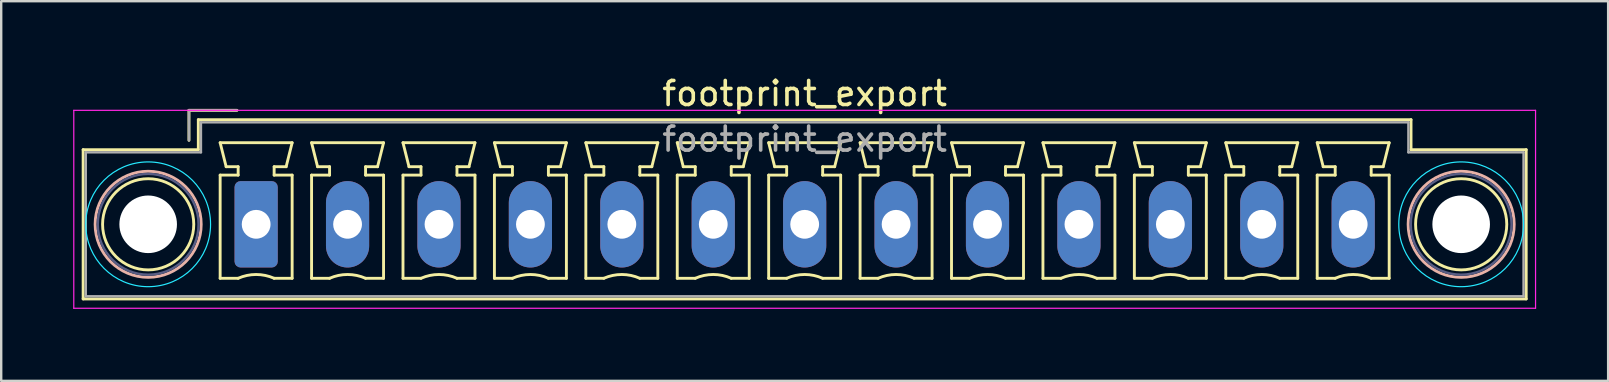
<source format=kicad_pcb>
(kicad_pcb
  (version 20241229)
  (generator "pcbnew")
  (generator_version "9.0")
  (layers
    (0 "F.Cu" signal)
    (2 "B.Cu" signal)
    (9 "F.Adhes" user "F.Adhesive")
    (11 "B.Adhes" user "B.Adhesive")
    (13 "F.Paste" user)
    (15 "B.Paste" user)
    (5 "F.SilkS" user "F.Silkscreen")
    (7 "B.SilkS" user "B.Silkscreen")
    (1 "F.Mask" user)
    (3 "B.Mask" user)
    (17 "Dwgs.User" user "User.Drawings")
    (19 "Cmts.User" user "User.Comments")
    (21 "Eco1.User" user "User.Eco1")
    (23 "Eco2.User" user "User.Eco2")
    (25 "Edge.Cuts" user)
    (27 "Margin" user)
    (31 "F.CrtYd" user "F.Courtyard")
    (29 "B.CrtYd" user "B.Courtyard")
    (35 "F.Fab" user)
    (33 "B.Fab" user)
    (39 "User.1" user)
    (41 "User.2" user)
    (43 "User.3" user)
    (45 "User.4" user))
  (footprint "footprint_export"
    (layer "F.Cu")
    (at 7.625 6.298)
    (property "Reference" "footprint_export" (at 22.86 -5.45 0) (layer "F.SilkS") (effects (font (size 1 1) (thickness 0.15))))
    (attr through_hole)
    (fp_line (start -7.21 -3.11) (end -7.21 3.11) (stroke (width 0.12) (type solid)) (layer "F.SilkS"))
    (fp_line (start -7.21 3.11) (end 52.93 3.11) (stroke (width 0.12) (type solid)) (layer "F.SilkS"))
    (fp_line (start -2.8 -4.75) (end -0.8 -4.75) (stroke (width 0.12) (type solid)) (layer "F.SilkS"))
    (fp_line (start -2.8 -3.5) (end -2.8 -4.75) (stroke (width 0.12) (type solid)) (layer "F.SilkS"))
    (fp_line (start -2.41 -4.36) (end -2.41 -3.11) (stroke (width 0.12) (type solid)) (layer "F.SilkS"))
    (fp_line (start -2.41 -3.11) (end -7.21 -3.11) (stroke (width 0.12) (type solid)) (layer "F.SilkS"))
    (fp_line (start -1.5 -3.4) (end 1.5 -3.4) (stroke (width 0.12) (type solid)) (layer "F.SilkS"))
    (fp_line (start -1.5 -2.05) (end -0.75 -2.05) (stroke (width 0.12) (type solid)) (layer "F.SilkS"))
    (fp_line (start -1.5 2.25) (end -1.5 -2.05) (stroke (width 0.12) (type solid)) (layer "F.SilkS"))
    (fp_line (start -1.25 -2.4) (end -1.5 -3.4) (stroke (width 0.12) (type solid)) (layer "F.SilkS"))
    (fp_line (start -0.75 -2.4) (end -1.25 -2.4) (stroke (width 0.12) (type solid)) (layer "F.SilkS"))
    (fp_line (start -0.75 -2.05) (end -0.75 -2.4) (stroke (width 0.12) (type solid)) (layer "F.SilkS"))
    (fp_line (start -0.75 2.25) (end -1.5 2.25) (stroke (width 0.12) (type solid)) (layer "F.SilkS"))
    (fp_line (start 0.75 -2.4) (end 0.75 -2.05) (stroke (width 0.12) (type solid)) (layer "F.SilkS"))
    (fp_line (start 0.75 -2.05) (end 1.5 -2.05) (stroke (width 0.12) (type solid)) (layer "F.SilkS"))
    (fp_line (start 1.25 -2.4) (end 0.75 -2.4) (stroke (width 0.12) (type solid)) (layer "F.SilkS"))
    (fp_line (start 1.5 -3.4) (end 1.25 -2.4) (stroke (width 0.12) (type solid)) (layer "F.SilkS"))
    (fp_line (start 1.5 -2.05) (end 1.5 2.25) (stroke (width 0.12) (type solid)) (layer "F.SilkS"))
    (fp_line (start 1.5 2.25) (end 0.75 2.25) (stroke (width 0.12) (type solid)) (layer "F.SilkS"))
    (fp_line (start 2.31 -3.4) (end 5.31 -3.4) (stroke (width 0.12) (type solid)) (layer "F.SilkS"))
    (fp_line (start 2.31 -2.05) (end 3.06 -2.05) (stroke (width 0.12) (type solid)) (layer "F.SilkS"))
    (fp_line (start 2.31 2.25) (end 2.31 -2.05) (stroke (width 0.12) (type solid)) (layer "F.SilkS"))
    (fp_line (start 2.56 -2.4) (end 2.31 -3.4) (stroke (width 0.12) (type solid)) (layer "F.SilkS"))
    (fp_line (start 3.06 -2.4) (end 2.56 -2.4) (stroke (width 0.12) (type solid)) (layer "F.SilkS"))
    (fp_line (start 3.06 -2.05) (end 3.06 -2.4) (stroke (width 0.12) (type solid)) (layer "F.SilkS"))
    (fp_line (start 3.06 2.25) (end 2.31 2.25) (stroke (width 0.12) (type solid)) (layer "F.SilkS"))
    (fp_line (start 4.56 -2.4) (end 4.56 -2.05) (stroke (width 0.12) (type solid)) (layer "F.SilkS"))
    (fp_line (start 4.56 -2.05) (end 5.31 -2.05) (stroke (width 0.12) (type solid)) (layer "F.SilkS"))
    (fp_line (start 5.06 -2.4) (end 4.56 -2.4) (stroke (width 0.12) (type solid)) (layer "F.SilkS"))
    (fp_line (start 5.31 -3.4) (end 5.06 -2.4) (stroke (width 0.12) (type solid)) (layer "F.SilkS"))
    (fp_line (start 5.31 -2.05) (end 5.31 2.25) (stroke (width 0.12) (type solid)) (layer "F.SilkS"))
    (fp_line (start 5.31 2.25) (end 4.56 2.25) (stroke (width 0.12) (type solid)) (layer "F.SilkS"))
    (fp_line (start 6.12 -3.4) (end 9.12 -3.4) (stroke (width 0.12) (type solid)) (layer "F.SilkS"))
    (fp_line (start 6.12 -2.05) (end 6.87 -2.05) (stroke (width 0.12) (type solid)) (layer "F.SilkS"))
    (fp_line (start 6.12 2.25) (end 6.12 -2.05) (stroke (width 0.12) (type solid)) (layer "F.SilkS"))
    (fp_line (start 6.37 -2.4) (end 6.12 -3.4) (stroke (width 0.12) (type solid)) (layer "F.SilkS"))
    (fp_line (start 6.87 -2.4) (end 6.37 -2.4) (stroke (width 0.12) (type solid)) (layer "F.SilkS"))
    (fp_line (start 6.87 -2.05) (end 6.87 -2.4) (stroke (width 0.12) (type solid)) (layer "F.SilkS"))
    (fp_line (start 6.87 2.25) (end 6.12 2.25) (stroke (width 0.12) (type solid)) (layer "F.SilkS"))
    (fp_line (start 8.37 -2.4) (end 8.37 -2.05) (stroke (width 0.12) (type solid)) (layer "F.SilkS"))
    (fp_line (start 8.37 -2.05) (end 9.12 -2.05) (stroke (width 0.12) (type solid)) (layer "F.SilkS"))
    (fp_line (start 8.87 -2.4) (end 8.37 -2.4) (stroke (width 0.12) (type solid)) (layer "F.SilkS"))
    (fp_line (start 9.12 -3.4) (end 8.87 -2.4) (stroke (width 0.12) (type solid)) (layer "F.SilkS"))
    (fp_line (start 9.12 -2.05) (end 9.12 2.25) (stroke (width 0.12) (type solid)) (layer "F.SilkS"))
    (fp_line (start 9.12 2.25) (end 8.37 2.25) (stroke (width 0.12) (type solid)) (layer "F.SilkS"))
    (fp_line (start 9.93 -3.4) (end 12.93 -3.4) (stroke (width 0.12) (type solid)) (layer "F.SilkS"))
    (fp_line (start 9.93 -2.05) (end 10.68 -2.05) (stroke (width 0.12) (type solid)) (layer "F.SilkS"))
    (fp_line (start 9.93 2.25) (end 9.93 -2.05) (stroke (width 0.12) (type solid)) (layer "F.SilkS"))
    (fp_line (start 10.18 -2.4) (end 9.93 -3.4) (stroke (width 0.12) (type solid)) (layer "F.SilkS"))
    (fp_line (start 10.68 -2.4) (end 10.18 -2.4) (stroke (width 0.12) (type solid)) (layer "F.SilkS"))
    (fp_line (start 10.68 -2.05) (end 10.68 -2.4) (stroke (width 0.12) (type solid)) (layer "F.SilkS"))
    (fp_line (start 10.68 2.25) (end 9.93 2.25) (stroke (width 0.12) (type solid)) (layer "F.SilkS"))
    (fp_line (start 12.18 -2.4) (end 12.18 -2.05) (stroke (width 0.12) (type solid)) (layer "F.SilkS"))
    (fp_line (start 12.18 -2.05) (end 12.93 -2.05) (stroke (width 0.12) (type solid)) (layer "F.SilkS"))
    (fp_line (start 12.68 -2.4) (end 12.18 -2.4) (stroke (width 0.12) (type solid)) (layer "F.SilkS"))
    (fp_line (start 12.93 -3.4) (end 12.68 -2.4) (stroke (width 0.12) (type solid)) (layer "F.SilkS"))
    (fp_line (start 12.93 -2.05) (end 12.93 2.25) (stroke (width 0.12) (type solid)) (layer "F.SilkS"))
    (fp_line (start 12.93 2.25) (end 12.18 2.25) (stroke (width 0.12) (type solid)) (layer "F.SilkS"))
    (fp_line (start 13.74 -3.4) (end 16.74 -3.4) (stroke (width 0.12) (type solid)) (layer "F.SilkS"))
    (fp_line (start 13.74 -2.05) (end 14.49 -2.05) (stroke (width 0.12) (type solid)) (layer "F.SilkS"))
    (fp_line (start 13.74 2.25) (end 13.74 -2.05) (stroke (width 0.12) (type solid)) (layer "F.SilkS"))
    (fp_line (start 13.99 -2.4) (end 13.74 -3.4) (stroke (width 0.12) (type solid)) (layer "F.SilkS"))
    (fp_line (start 14.49 -2.4) (end 13.99 -2.4) (stroke (width 0.12) (type solid)) (layer "F.SilkS"))
    (fp_line (start 14.49 -2.05) (end 14.49 -2.4) (stroke (width 0.12) (type solid)) (layer "F.SilkS"))
    (fp_line (start 14.49 2.25) (end 13.74 2.25) (stroke (width 0.12) (type solid)) (layer "F.SilkS"))
    (fp_line (start 15.99 -2.4) (end 15.99 -2.05) (stroke (width 0.12) (type solid)) (layer "F.SilkS"))
    (fp_line (start 15.99 -2.05) (end 16.74 -2.05) (stroke (width 0.12) (type solid)) (layer "F.SilkS"))
    (fp_line (start 16.49 -2.4) (end 15.99 -2.4) (stroke (width 0.12) (type solid)) (layer "F.SilkS"))
    (fp_line (start 16.74 -3.4) (end 16.49 -2.4) (stroke (width 0.12) (type solid)) (layer "F.SilkS"))
    (fp_line (start 16.74 -2.05) (end 16.74 2.25) (stroke (width 0.12) (type solid)) (layer "F.SilkS"))
    (fp_line (start 16.74 2.25) (end 15.99 2.25) (stroke (width 0.12) (type solid)) (layer "F.SilkS"))
    (fp_line (start 17.55 -3.4) (end 20.55 -3.4) (stroke (width 0.12) (type solid)) (layer "F.SilkS"))
    (fp_line (start 17.55 -2.05) (end 18.3 -2.05) (stroke (width 0.12) (type solid)) (layer "F.SilkS"))
    (fp_line (start 17.55 2.25) (end 17.55 -2.05) (stroke (width 0.12) (type solid)) (layer "F.SilkS"))
    (fp_line (start 17.8 -2.4) (end 17.55 -3.4) (stroke (width 0.12) (type solid)) (layer "F.SilkS"))
    (fp_line (start 18.3 -2.4) (end 17.8 -2.4) (stroke (width 0.12) (type solid)) (layer "F.SilkS"))
    (fp_line (start 18.3 -2.05) (end 18.3 -2.4) (stroke (width 0.12) (type solid)) (layer "F.SilkS"))
    (fp_line (start 18.3 2.25) (end 17.55 2.25) (stroke (width 0.12) (type solid)) (layer "F.SilkS"))
    (fp_line (start 19.8 -2.4) (end 19.8 -2.05) (stroke (width 0.12) (type solid)) (layer "F.SilkS"))
    (fp_line (start 19.8 -2.05) (end 20.55 -2.05) (stroke (width 0.12) (type solid)) (layer "F.SilkS"))
    (fp_line (start 20.3 -2.4) (end 19.8 -2.4) (stroke (width 0.12) (type solid)) (layer "F.SilkS"))
    (fp_line (start 20.55 -3.4) (end 20.3 -2.4) (stroke (width 0.12) (type solid)) (layer "F.SilkS"))
    (fp_line (start 20.55 -2.05) (end 20.55 2.25) (stroke (width 0.12) (type solid)) (layer "F.SilkS"))
    (fp_line (start 20.55 2.25) (end 19.8 2.25) (stroke (width 0.12) (type solid)) (layer "F.SilkS"))
    (fp_line (start 21.36 -3.4) (end 24.36 -3.4) (stroke (width 0.12) (type solid)) (layer "F.SilkS"))
    (fp_line (start 21.36 -2.05) (end 22.11 -2.05) (stroke (width 0.12) (type solid)) (layer "F.SilkS"))
    (fp_line (start 21.36 2.25) (end 21.36 -2.05) (stroke (width 0.12) (type solid)) (layer "F.SilkS"))
    (fp_line (start 21.61 -2.4) (end 21.36 -3.4) (stroke (width 0.12) (type solid)) (layer "F.SilkS"))
    (fp_line (start 22.11 -2.4) (end 21.61 -2.4) (stroke (width 0.12) (type solid)) (layer "F.SilkS"))
    (fp_line (start 22.11 -2.05) (end 22.11 -2.4) (stroke (width 0.12) (type solid)) (layer "F.SilkS"))
    (fp_line (start 22.11 2.25) (end 21.36 2.25) (stroke (width 0.12) (type solid)) (layer "F.SilkS"))
    (fp_line (start 23.61 -2.4) (end 23.61 -2.05) (stroke (width 0.12) (type solid)) (layer "F.SilkS"))
    (fp_line (start 23.61 -2.05) (end 24.36 -2.05) (stroke (width 0.12) (type solid)) (layer "F.SilkS"))
    (fp_line (start 24.11 -2.4) (end 23.61 -2.4) (stroke (width 0.12) (type solid)) (layer "F.SilkS"))
    (fp_line (start 24.36 -3.4) (end 24.11 -2.4) (stroke (width 0.12) (type solid)) (layer "F.SilkS"))
    (fp_line (start 24.36 -2.05) (end 24.36 2.25) (stroke (width 0.12) (type solid)) (layer "F.SilkS"))
    (fp_line (start 24.36 2.25) (end 23.61 2.25) (stroke (width 0.12) (type solid)) (layer "F.SilkS"))
    (fp_line (start 25.17 -3.4) (end 28.17 -3.4) (stroke (width 0.12) (type solid)) (layer "F.SilkS"))
    (fp_line (start 25.17 -2.05) (end 25.92 -2.05) (stroke (width 0.12) (type solid)) (layer "F.SilkS"))
    (fp_line (start 25.17 2.25) (end 25.17 -2.05) (stroke (width 0.12) (type solid)) (layer "F.SilkS"))
    (fp_line (start 25.42 -2.4) (end 25.17 -3.4) (stroke (width 0.12) (type solid)) (layer "F.SilkS"))
    (fp_line (start 25.92 -2.4) (end 25.42 -2.4) (stroke (width 0.12) (type solid)) (layer "F.SilkS"))
    (fp_line (start 25.92 -2.05) (end 25.92 -2.4) (stroke (width 0.12) (type solid)) (layer "F.SilkS"))
    (fp_line (start 25.92 2.25) (end 25.17 2.25) (stroke (width 0.12) (type solid)) (layer "F.SilkS"))
    (fp_line (start 27.42 -2.4) (end 27.42 -2.05) (stroke (width 0.12) (type solid)) (layer "F.SilkS"))
    (fp_line (start 27.42 -2.05) (end 28.17 -2.05) (stroke (width 0.12) (type solid)) (layer "F.SilkS"))
    (fp_line (start 27.92 -2.4) (end 27.42 -2.4) (stroke (width 0.12) (type solid)) (layer "F.SilkS"))
    (fp_line (start 28.17 -3.4) (end 27.92 -2.4) (stroke (width 0.12) (type solid)) (layer "F.SilkS"))
    (fp_line (start 28.17 -2.05) (end 28.17 2.25) (stroke (width 0.12) (type solid)) (layer "F.SilkS"))
    (fp_line (start 28.17 2.25) (end 27.42 2.25) (stroke (width 0.12) (type solid)) (layer "F.SilkS"))
    (fp_line (start 28.98 -3.4) (end 31.98 -3.4) (stroke (width 0.12) (type solid)) (layer "F.SilkS"))
    (fp_line (start 28.98 -2.05) (end 29.73 -2.05) (stroke (width 0.12) (type solid)) (layer "F.SilkS"))
    (fp_line (start 28.98 2.25) (end 28.98 -2.05) (stroke (width 0.12) (type solid)) (layer "F.SilkS"))
    (fp_line (start 29.23 -2.4) (end 28.98 -3.4) (stroke (width 0.12) (type solid)) (layer "F.SilkS"))
    (fp_line (start 29.73 -2.4) (end 29.23 -2.4) (stroke (width 0.12) (type solid)) (layer "F.SilkS"))
    (fp_line (start 29.73 -2.05) (end 29.73 -2.4) (stroke (width 0.12) (type solid)) (layer "F.SilkS"))
    (fp_line (start 29.73 2.25) (end 28.98 2.25) (stroke (width 0.12) (type solid)) (layer "F.SilkS"))
    (fp_line (start 31.23 -2.4) (end 31.23 -2.05) (stroke (width 0.12) (type solid)) (layer "F.SilkS"))
    (fp_line (start 31.23 -2.05) (end 31.98 -2.05) (stroke (width 0.12) (type solid)) (layer "F.SilkS"))
    (fp_line (start 31.73 -2.4) (end 31.23 -2.4) (stroke (width 0.12) (type solid)) (layer "F.SilkS"))
    (fp_line (start 31.98 -3.4) (end 31.73 -2.4) (stroke (width 0.12) (type solid)) (layer "F.SilkS"))
    (fp_line (start 31.98 -2.05) (end 31.98 2.25) (stroke (width 0.12) (type solid)) (layer "F.SilkS"))
    (fp_line (start 31.98 2.25) (end 31.23 2.25) (stroke (width 0.12) (type solid)) (layer "F.SilkS"))
    (fp_line (start 32.79 -3.4) (end 35.79 -3.4) (stroke (width 0.12) (type solid)) (layer "F.SilkS"))
    (fp_line (start 32.79 -2.05) (end 33.54 -2.05) (stroke (width 0.12) (type solid)) (layer "F.SilkS"))
    (fp_line (start 32.79 2.25) (end 32.79 -2.05) (stroke (width 0.12) (type solid)) (layer "F.SilkS"))
    (fp_line (start 33.04 -2.4) (end 32.79 -3.4) (stroke (width 0.12) (type solid)) (layer "F.SilkS"))
    (fp_line (start 33.54 -2.4) (end 33.04 -2.4) (stroke (width 0.12) (type solid)) (layer "F.SilkS"))
    (fp_line (start 33.54 -2.05) (end 33.54 -2.4) (stroke (width 0.12) (type solid)) (layer "F.SilkS"))
    (fp_line (start 33.54 2.25) (end 32.79 2.25) (stroke (width 0.12) (type solid)) (layer "F.SilkS"))
    (fp_line (start 35.04 -2.4) (end 35.04 -2.05) (stroke (width 0.12) (type solid)) (layer "F.SilkS"))
    (fp_line (start 35.04 -2.05) (end 35.79 -2.05) (stroke (width 0.12) (type solid)) (layer "F.SilkS"))
    (fp_line (start 35.54 -2.4) (end 35.04 -2.4) (stroke (width 0.12) (type solid)) (layer "F.SilkS"))
    (fp_line (start 35.79 -3.4) (end 35.54 -2.4) (stroke (width 0.12) (type solid)) (layer "F.SilkS"))
    (fp_line (start 35.79 -2.05) (end 35.79 2.25) (stroke (width 0.12) (type solid)) (layer "F.SilkS"))
    (fp_line (start 35.79 2.25) (end 35.04 2.25) (stroke (width 0.12) (type solid)) (layer "F.SilkS"))
    (fp_line (start 36.6 -3.4) (end 39.6 -3.4) (stroke (width 0.12) (type solid)) (layer "F.SilkS"))
    (fp_line (start 36.6 -2.05) (end 37.35 -2.05) (stroke (width 0.12) (type solid)) (layer "F.SilkS"))
    (fp_line (start 36.6 2.25) (end 36.6 -2.05) (stroke (width 0.12) (type solid)) (layer "F.SilkS"))
    (fp_line (start 36.85 -2.4) (end 36.6 -3.4) (stroke (width 0.12) (type solid)) (layer "F.SilkS"))
    (fp_line (start 37.35 -2.4) (end 36.85 -2.4) (stroke (width 0.12) (type solid)) (layer "F.SilkS"))
    (fp_line (start 37.35 -2.05) (end 37.35 -2.4) (stroke (width 0.12) (type solid)) (layer "F.SilkS"))
    (fp_line (start 37.35 2.25) (end 36.6 2.25) (stroke (width 0.12) (type solid)) (layer "F.SilkS"))
    (fp_line (start 38.85 -2.4) (end 38.85 -2.05) (stroke (width 0.12) (type solid)) (layer "F.SilkS"))
    (fp_line (start 38.85 -2.05) (end 39.6 -2.05) (stroke (width 0.12) (type solid)) (layer "F.SilkS"))
    (fp_line (start 39.35 -2.4) (end 38.85 -2.4) (stroke (width 0.12) (type solid)) (layer "F.SilkS"))
    (fp_line (start 39.6 -3.4) (end 39.35 -2.4) (stroke (width 0.12) (type solid)) (layer "F.SilkS"))
    (fp_line (start 39.6 -2.05) (end 39.6 2.25) (stroke (width 0.12) (type solid)) (layer "F.SilkS"))
    (fp_line (start 39.6 2.25) (end 38.85 2.25) (stroke (width 0.12) (type solid)) (layer "F.SilkS"))
    (fp_line (start 40.41 -3.4) (end 43.41 -3.4) (stroke (width 0.12) (type solid)) (layer "F.SilkS"))
    (fp_line (start 40.41 -2.05) (end 41.16 -2.05) (stroke (width 0.12) (type solid)) (layer "F.SilkS"))
    (fp_line (start 40.41 2.25) (end 40.41 -2.05) (stroke (width 0.12) (type solid)) (layer "F.SilkS"))
    (fp_line (start 40.66 -2.4) (end 40.41 -3.4) (stroke (width 0.12) (type solid)) (layer "F.SilkS"))
    (fp_line (start 41.16 -2.4) (end 40.66 -2.4) (stroke (width 0.12) (type solid)) (layer "F.SilkS"))
    (fp_line (start 41.16 -2.05) (end 41.16 -2.4) (stroke (width 0.12) (type solid)) (layer "F.SilkS"))
    (fp_line (start 41.16 2.25) (end 40.41 2.25) (stroke (width 0.12) (type solid)) (layer "F.SilkS"))
    (fp_line (start 42.66 -2.4) (end 42.66 -2.05) (stroke (width 0.12) (type solid)) (layer "F.SilkS"))
    (fp_line (start 42.66 -2.05) (end 43.41 -2.05) (stroke (width 0.12) (type solid)) (layer "F.SilkS"))
    (fp_line (start 43.16 -2.4) (end 42.66 -2.4) (stroke (width 0.12) (type solid)) (layer "F.SilkS"))
    (fp_line (start 43.41 -3.4) (end 43.16 -2.4) (stroke (width 0.12) (type solid)) (layer "F.SilkS"))
    (fp_line (start 43.41 -2.05) (end 43.41 2.25) (stroke (width 0.12) (type solid)) (layer "F.SilkS"))
    (fp_line (start 43.41 2.25) (end 42.66 2.25) (stroke (width 0.12) (type solid)) (layer "F.SilkS"))
    (fp_line (start 44.22 -3.4) (end 47.22 -3.4) (stroke (width 0.12) (type solid)) (layer "F.SilkS"))
    (fp_line (start 44.22 -2.05) (end 44.97 -2.05) (stroke (width 0.12) (type solid)) (layer "F.SilkS"))
    (fp_line (start 44.22 2.25) (end 44.22 -2.05) (stroke (width 0.12) (type solid)) (layer "F.SilkS"))
    (fp_line (start 44.47 -2.4) (end 44.22 -3.4) (stroke (width 0.12) (type solid)) (layer "F.SilkS"))
    (fp_line (start 44.97 -2.4) (end 44.47 -2.4) (stroke (width 0.12) (type solid)) (layer "F.SilkS"))
    (fp_line (start 44.97 -2.05) (end 44.97 -2.4) (stroke (width 0.12) (type solid)) (layer "F.SilkS"))
    (fp_line (start 44.97 2.25) (end 44.22 2.25) (stroke (width 0.12) (type solid)) (layer "F.SilkS"))
    (fp_line (start 46.47 -2.4) (end 46.47 -2.05) (stroke (width 0.12) (type solid)) (layer "F.SilkS"))
    (fp_line (start 46.47 -2.05) (end 47.22 -2.05) (stroke (width 0.12) (type solid)) (layer "F.SilkS"))
    (fp_line (start 46.97 -2.4) (end 46.47 -2.4) (stroke (width 0.12) (type solid)) (layer "F.SilkS"))
    (fp_line (start 47.22 -3.4) (end 46.97 -2.4) (stroke (width 0.12) (type solid)) (layer "F.SilkS"))
    (fp_line (start 47.22 -2.05) (end 47.22 2.25) (stroke (width 0.12) (type solid)) (layer "F.SilkS"))
    (fp_line (start 47.22 2.25) (end 46.47 2.25) (stroke (width 0.12) (type solid)) (layer "F.SilkS"))
    (fp_line (start 48.13 -4.36) (end -2.41 -4.36) (stroke (width 0.12) (type solid)) (layer "F.SilkS"))
    (fp_line (start 48.13 -3.11) (end 48.13 -4.36) (stroke (width 0.12) (type solid)) (layer "F.SilkS"))
    (fp_line (start 52.93 -3.11) (end 48.13 -3.11) (stroke (width 0.12) (type solid)) (layer "F.SilkS"))
    (fp_line (start 52.93 3.11) (end 52.93 -3.11) (stroke (width 0.12) (type solid)) (layer "F.SilkS"))
    (fp_arc (start -0.75 2.25) (mid -0.000193 2.09191) (end 0.749647 2.249844) (stroke (width 0.12) (type solid)) (layer "F.SilkS"))
    (fp_arc (start 3.06 2.25) (mid 3.809807 2.09191) (end 4.559647 2.249844) (stroke (width 0.12) (type solid)) (layer "F.SilkS"))
    (fp_arc (start 6.87 2.25) (mid 7.619807 2.09191) (end 8.369647 2.249844) (stroke (width 0.12) (type solid)) (layer "F.SilkS"))
    (fp_arc (start 10.68 2.25) (mid 11.429807 2.09191) (end 12.179647 2.249844) (stroke (width 0.12) (type solid)) (layer "F.SilkS"))
    (fp_arc (start 14.49 2.25) (mid 15.239807 2.09191) (end 15.989647 2.249844) (stroke (width 0.12) (type solid)) (layer "F.SilkS"))
    (fp_arc (start 18.3 2.25) (mid 19.049807 2.09191) (end 19.799647 2.249844) (stroke (width 0.12) (type solid)) (layer "F.SilkS"))
    (fp_arc (start 22.11 2.25) (mid 22.859807 2.09191) (end 23.609647 2.249844) (stroke (width 0.12) (type solid)) (layer "F.SilkS"))
    (fp_arc (start 25.92 2.25) (mid 26.669807 2.09191) (end 27.419647 2.249844) (stroke (width 0.12) (type solid)) (layer "F.SilkS"))
    (fp_arc (start 29.73 2.25) (mid 30.479807 2.09191) (end 31.229647 2.249844) (stroke (width 0.12) (type solid)) (layer "F.SilkS"))
    (fp_arc (start 33.54 2.25) (mid 34.289807 2.09191) (end 35.039647 2.249844) (stroke (width 0.12) (type solid)) (layer "F.SilkS"))
    (fp_arc (start 37.35 2.25) (mid 38.099807 2.09191) (end 38.849647 2.249844) (stroke (width 0.12) (type solid)) (layer "F.SilkS"))
    (fp_arc (start 41.16 2.25) (mid 41.909807 2.09191) (end 42.659647 2.249844) (stroke (width 0.12) (type solid)) (layer "F.SilkS"))
    (fp_arc (start 44.97 2.25) (mid 45.719807 2.09191) (end 46.469647 2.249844) (stroke (width 0.12) (type solid)) (layer "F.SilkS"))
    (fp_circle (center -4.5 0) (end -2.6 0) (stroke (width 0.12) (type solid)) (fill no) (layer "F.SilkS"))
    (fp_circle (center 50.22 0) (end 52.12 0) (stroke (width 0.12) (type solid)) (fill no) (layer "F.SilkS"))
    (fp_circle (center -4.5 0) (end -2.29 0) (stroke (width 0.12) (type solid)) (fill no) (layer "B.SilkS"))
    (fp_circle (center 50.22 0) (end 52.43 0) (stroke (width 0.12) (type solid)) (fill no) (layer "B.SilkS"))
    (fp_circle (center -4.5 0) (end -1.9 0) (stroke (width 0.05) (type solid)) (fill no) (layer "B.CrtYd"))
    (fp_circle (center 50.22 0) (end 52.82 0) (stroke (width 0.05) (type solid)) (fill no) (layer "B.CrtYd"))
    (fp_line (start -7.6 -4.75) (end -7.6 3.5) (stroke (width 0.05) (type solid)) (layer "F.CrtYd"))
    (fp_line (start -7.6 3.5) (end 53.32 3.5) (stroke (width 0.05) (type solid)) (layer "F.CrtYd"))
    (fp_line (start 53.32 -4.75) (end -7.6 -4.75) (stroke (width 0.05) (type solid)) (layer "F.CrtYd"))
    (fp_line (start 53.32 3.5) (end 53.32 -4.75) (stroke (width 0.05) (type solid)) (layer "F.CrtYd"))
    (fp_circle (center -4.5 0) (end -2.4 0) (stroke (width 0.1) (type solid)) (fill no) (layer "B.Fab"))
    (fp_circle (center 50.22 0) (end 52.32 0) (stroke (width 0.1) (type solid)) (fill no) (layer "B.Fab"))
    (fp_line (start -7.1 -3) (end -7.1 3) (stroke (width 0.1) (type solid)) (layer "F.Fab"))
    (fp_line (start -7.1 3) (end 52.82 3) (stroke (width 0.1) (type solid)) (layer "F.Fab"))
    (fp_line (start -2.8 -4.75) (end -0.8 -4.75) (stroke (width 0.1) (type solid)) (layer "F.Fab"))
    (fp_line (start -2.8 -3.5) (end -2.8 -4.75) (stroke (width 0.1) (type solid)) (layer "F.Fab"))
    (fp_line (start -2.3 -4.25) (end -2.3 -3) (stroke (width 0.1) (type solid)) (layer "F.Fab"))
    (fp_line (start -2.3 -3) (end -7.1 -3) (stroke (width 0.1) (type solid)) (layer "F.Fab"))
    (fp_line (start 48.02 -4.25) (end -2.3 -4.25) (stroke (width 0.1) (type solid)) (layer "F.Fab"))
    (fp_line (start 48.02 -3) (end 48.02 -4.25) (stroke (width 0.1) (type solid)) (layer "F.Fab"))
    (fp_line (start 52.82 -3) (end 48.02 -3) (stroke (width 0.1) (type solid)) (layer "F.Fab"))
    (fp_line (start 52.82 3) (end 52.82 -3) (stroke (width 0.1) (type solid)) (layer "F.Fab"))
    (fp_text user "${REFERENCE}" (at 22.86 -3.55 0) (layer "F.Fab") (effects (font (size 1 1) (thickness 0.15))))
    (pad "" np_thru_hole circle (at -4.5 0) (size 2.4 2.4) (drill 2.4) (layers "*.Cu" "*.Mask"))
    (pad "" np_thru_hole circle (at 50.22 0) (size 2.4 2.4) (drill 2.4) (layers "*.Cu" "*.Mask"))
    (pad "1" thru_hole roundrect (at 0 0) (size 1.8 3.6) (drill 1.2) (layers "*.Cu" "*.Mask") (roundrect_rratio 0.139))
    (pad "2" thru_hole oval (at 3.81 0) (size 1.8 3.6) (drill 1.2) (layers "*.Cu" "*.Mask"))
    (pad "3" thru_hole oval (at 7.62 0) (size 1.8 3.6) (drill 1.2) (layers "*.Cu" "*.Mask"))
    (pad "4" thru_hole oval (at 11.43 0) (size 1.8 3.6) (drill 1.2) (layers "*.Cu" "*.Mask"))
    (pad "5" thru_hole oval (at 15.24 0) (size 1.8 3.6) (drill 1.2) (layers "*.Cu" "*.Mask"))
    (pad "6" thru_hole oval (at 19.05 0) (size 1.8 3.6) (drill 1.2) (layers "*.Cu" "*.Mask"))
    (pad "7" thru_hole oval (at 22.86 0) (size 1.8 3.6) (drill 1.2) (layers "*.Cu" "*.Mask"))
    (pad "8" thru_hole oval (at 26.67 0) (size 1.8 3.6) (drill 1.2) (layers "*.Cu" "*.Mask"))
    (pad "9" thru_hole oval (at 30.48 0) (size 1.8 3.6) (drill 1.2) (layers "*.Cu" "*.Mask"))
    (pad "10" thru_hole oval (at 34.29 0) (size 1.8 3.6) (drill 1.2) (layers "*.Cu" "*.Mask"))
    (pad "11" thru_hole oval (at 38.1 0) (size 1.8 3.6) (drill 1.2) (layers "*.Cu" "*.Mask"))
    (pad "12" thru_hole oval (at 41.91 0) (size 1.8 3.6) (drill 1.2) (layers "*.Cu" "*.Mask"))
    (pad "13" thru_hole oval (at 45.72 0) (size 1.8 3.6) (drill 1.2) (layers "*.Cu" "*.Mask")))
  (gr_rect
    (start -3 -3)
    (end 63.97 12.823)
    (stroke (width 0.1) (type default))
    (fill no)
    (layer "Edge.Cuts")))
</source>
